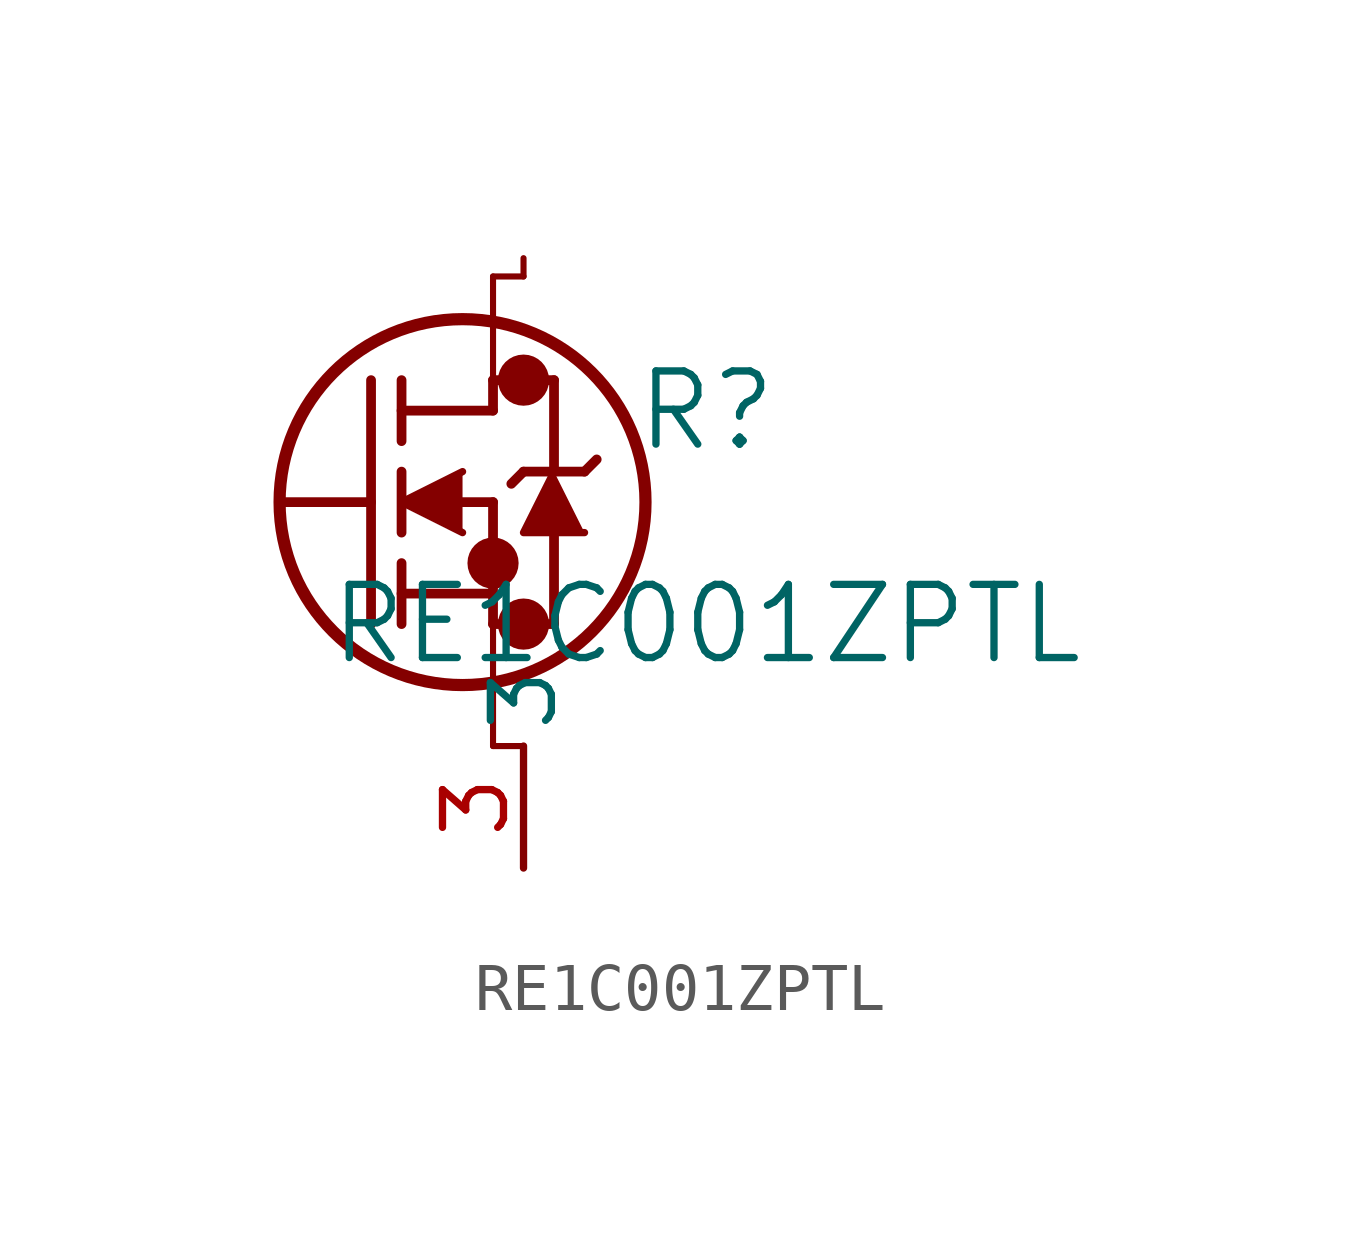
<source format=kicad_sym>
(kicad_symbol_lib
  (version 20211014)
  (generator kicad_symbol_editor)
  (symbol "RE1C001ZPTL"
    (pin_names
      (offset 0.254))
    (property "Reference" "R"
      (at 11.43 1.905 0)
      (effects (font (size 1.524 1.524))))
    (property "Value" "RE1C001ZPTL"
      (at 11.43 -2.54 0)
      (effects (font (size 1.524 1.524))))
    (symbol "RE1C001ZPTL_0_1"
      (circle (center 7.62 2.54) (radius 0.025) (stroke (width 0.508) (type default) (color 0 0 0 0)) (fill (type none)))
      (circle (center 7.62 -2.54) (radius 0.025) (stroke (width 0.508) (type default) (color 0 0 0 0)) (fill (type none)))
      (circle (center 6.985 -1.27) (radius 0.025) (stroke (width 0.508) (type default) (color 0 0 0 0)) (fill (type none)))
      (circle (center 6.35 0) (radius 3.81) (stroke (width 0.254) (type default) (color 0 0 0 0)) (fill (type none)))
      (polyline (pts (xy 2.54 0) (xy 4.445 0)) (stroke (width 0.203) (type default) (color 0 0 0 0)) (fill (type none)))
      (polyline (pts (xy 4.445 -2.54) (xy 4.445 2.54)) (stroke (width 0.203) (type default) (color 0 0 0 0)) (fill (type none)))
      (polyline (pts (xy 5.08 -0.635) (xy 5.08 0.635)) (stroke (width 0.203) (type default) (color 0 0 0 0)) (fill (type none)))
      (polyline (pts (xy 5.08 -2.54) (xy 5.08 -1.27)) (stroke (width 0.203) (type default) (color 0 0 0 0)) (fill (type none)))
      (polyline (pts (xy 5.08 1.27) (xy 5.08 2.54)) (stroke (width 0.203) (type default) (color 0 0 0 0)) (fill (type none)))
      (polyline (pts (xy 6.35 0) (xy 6.985 0)) (stroke (width 0.203) (type default) (color 0 0 0 0)) (fill (type none)))
      (polyline (pts (xy 5.08 -1.905) (xy 6.985 -1.905)) (stroke (width 0.203) (type default) (color 0 0 0 0)) (fill (type none)))
      (polyline (pts (xy 6.985 -2.54) (xy 6.985 0)) (stroke (width 0.203) (type default) (color 0 0 0 0)) (fill (type none)))
      (polyline (pts (xy 6.985 -2.54) (xy 8.255 -2.54)) (stroke (width 0.203) (type default) (color 0 0 0 0)) (fill (type none)))
      (polyline (pts (xy 5.08 1.905) (xy 6.985 1.905)) (stroke (width 0.203) (type default) (color 0 0 0 0)) (fill (type none)))
      (polyline (pts (xy 8.255 0.635) (xy 8.255 2.54)) (stroke (width 0.203) (type default) (color 0 0 0 0)) (fill (type none)))
      (polyline (pts (xy 6.35 0.635) (xy 5.08 0) (xy 6.35 -0.635)) (stroke (width 0) (type default) (color 0 0 0 0)) (fill (type outline)))
      (polyline (pts (xy 8.89 -0.635) (xy 7.62 -0.635) (xy 8.255 0.635)) (stroke (width 0) (type default) (color 0 0 0 0)) (fill (type outline)))
      (polyline (pts (xy 8.255 -2.54) (xy 8.255 -0.635)) (stroke (width 0.203) (type default) (color 0 0 0 0)) (fill (type none)))
      (polyline (pts (xy 9.144 0.889) (xy 8.89 0.635)) (stroke (width 0.203) (type default) (color 0 0 0 0)) (fill (type none)))
      (polyline (pts (xy 8.89 0.635) (xy 7.62 0.635)) (stroke (width 0.203) (type default) (color 0 0 0 0)) (fill (type none)))
      (polyline (pts (xy 7.62 0.635) (xy 7.366 0.381)) (stroke (width 0.203) (type default) (color 0 0 0 0)) (fill (type none)))
      (polyline (pts (xy 6.985 2.54) (xy 8.255 2.54)) (stroke (width 0.203) (type default) (color 0 0 0 0)) (fill (type none)))
      (polyline (pts (xy 6.985 1.905) (xy 6.985 2.54)) (stroke (width 0.203) (type default) (color 0 0 0 0)) (fill (type none)))
      (polyline (pts (xy 6.985 -2.54) (xy 6.985 -5.08)) (stroke (width 0.127) (type default) (color 0 0 0 0)) (fill (type none)))
      (polyline (pts (xy 6.985 -5.08) (xy 7.62 -5.08)) (stroke (width 0.127) (type default) (color 0 0 0 0)) (fill (type none)))
      (polyline (pts (xy 6.985 2.54) (xy 6.985 4.699)) (stroke (width 0.127) (type default) (color 0 0 0 0)) (fill (type none)))
      (polyline (pts (xy 6.985 4.699) (xy 7.62 4.699)) (stroke (width 0.127) (type default) (color 0 0 0 0)) (fill (type none)))
      (polyline (pts (xy 7.62 4.699) (xy 7.62 5.08)) (stroke (width 0.127) (type default) (color 0 0 0 0)) (fill (type none)))
      (pin unspecified line (at 7.62 -7.62 90) (length 2.54) (name "3" (effects (font (size 1.27 1.27)))) (number "3" (effects (font (size 1.27 1.27))))))))
</source>
